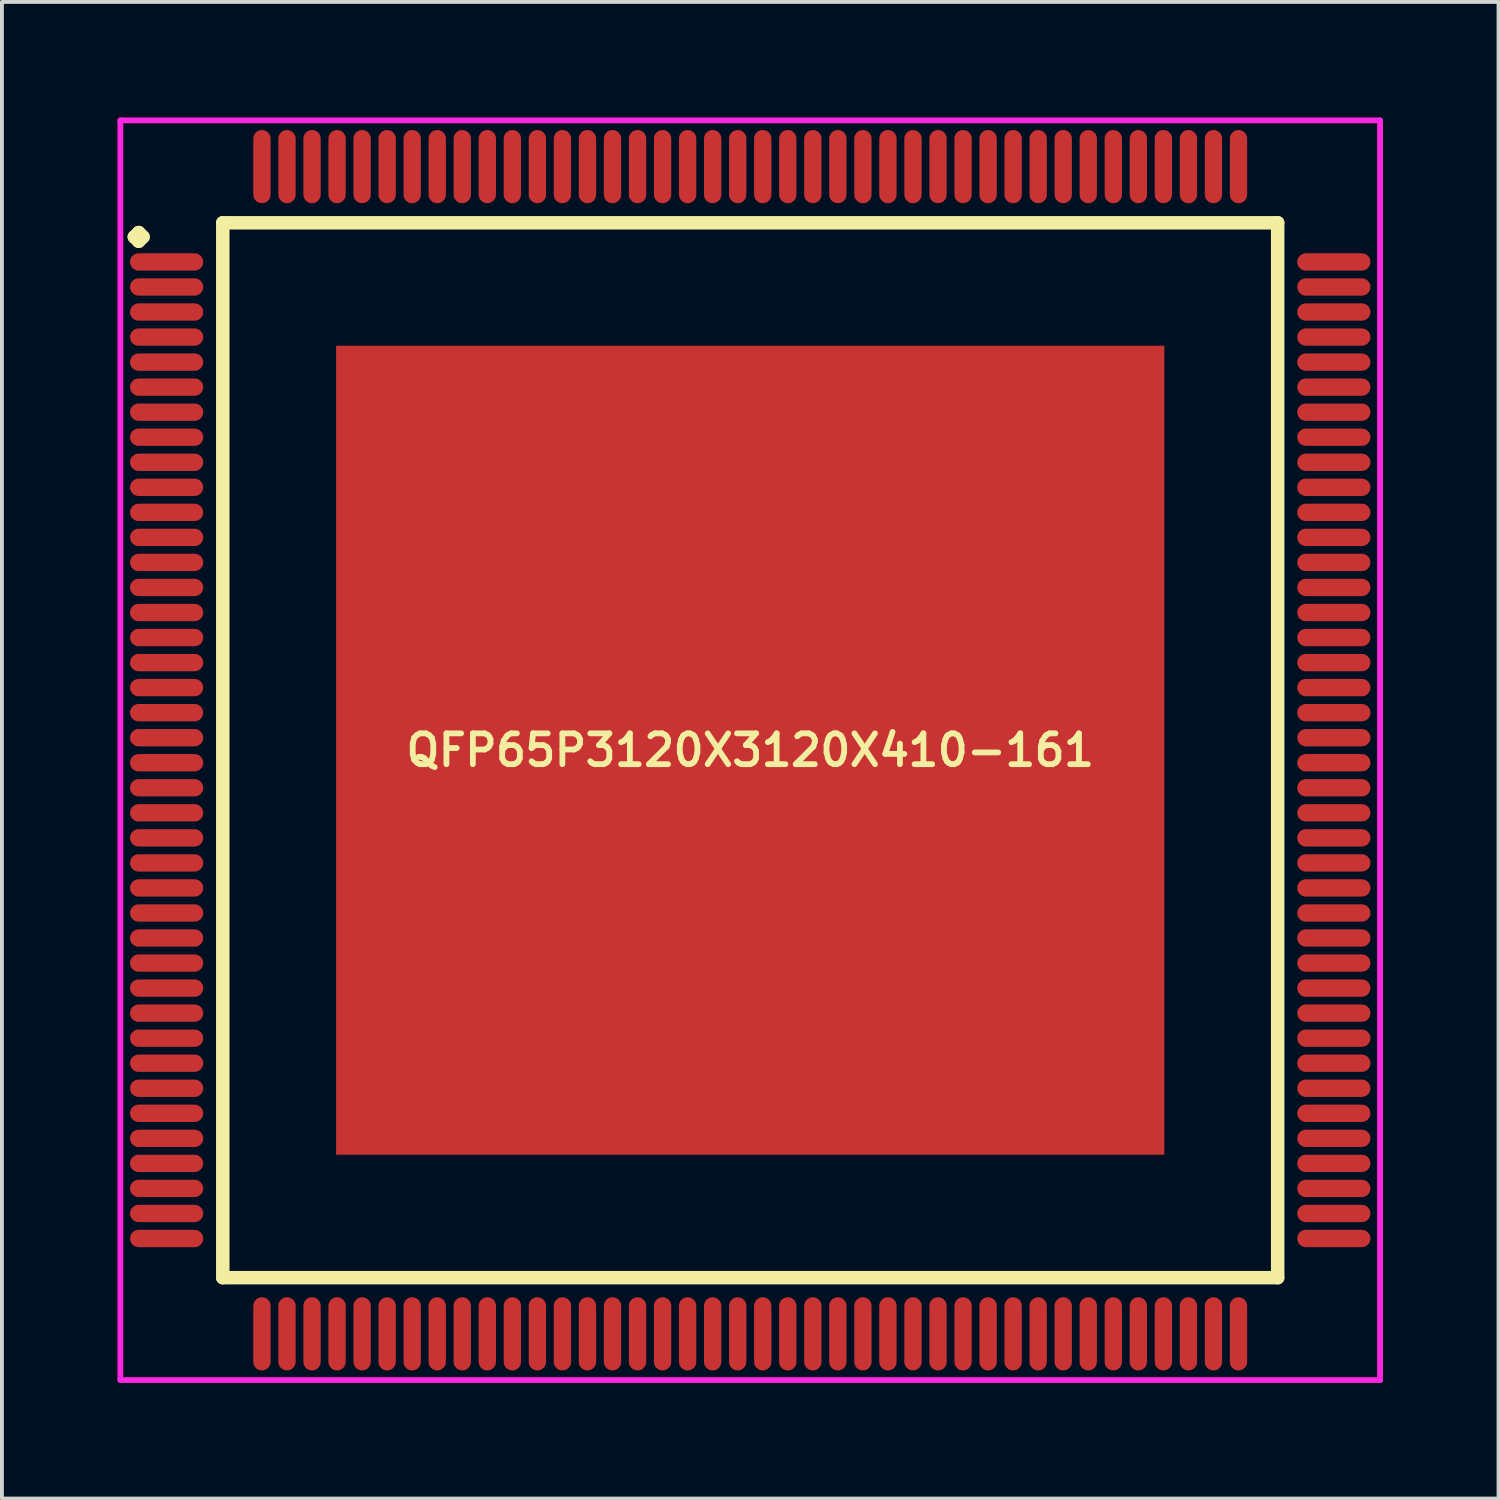
<source format=kicad_pcb>
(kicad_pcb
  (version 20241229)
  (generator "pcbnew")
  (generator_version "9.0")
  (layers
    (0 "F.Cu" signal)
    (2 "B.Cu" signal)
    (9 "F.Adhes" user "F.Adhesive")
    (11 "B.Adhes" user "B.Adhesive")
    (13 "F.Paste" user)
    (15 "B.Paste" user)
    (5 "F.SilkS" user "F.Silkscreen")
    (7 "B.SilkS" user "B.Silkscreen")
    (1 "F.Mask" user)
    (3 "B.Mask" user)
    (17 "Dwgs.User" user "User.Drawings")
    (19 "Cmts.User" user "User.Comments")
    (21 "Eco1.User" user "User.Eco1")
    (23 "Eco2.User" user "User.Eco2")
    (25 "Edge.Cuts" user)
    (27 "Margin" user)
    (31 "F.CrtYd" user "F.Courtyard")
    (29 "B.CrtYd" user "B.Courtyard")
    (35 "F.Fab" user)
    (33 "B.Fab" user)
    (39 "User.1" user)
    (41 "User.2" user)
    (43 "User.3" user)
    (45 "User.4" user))
  (footprint "QFP65P3120X3120X410-161"
    (layer "F.Cu")
    (at 16.425 16.425)
    (property "Reference" "QFP65P3120X3120X410-161" (at 0 0 0) (layer "F.SilkS") (effects (font (size 0.8 0.8) (thickness 0.15))))
    (attr smd)
    (fp_line (start -15.988 -13.325) (end -15.875 -13.438) (stroke (width 0.35) (type solid)) (layer "F.SilkS"))
    (fp_line (start -15.875 -13.438) (end -15.762 -13.325) (stroke (width 0.35) (type solid)) (layer "F.SilkS"))
    (fp_line (start -15.875 -13.213) (end -15.988 -13.325) (stroke (width 0.35) (type solid)) (layer "F.SilkS"))
    (fp_line (start -15.762 -13.325) (end -15.875 -13.213) (stroke (width 0.35) (type solid)) (layer "F.SilkS"))
    (fp_line (start -13.692 -13.692) (end -13.692 13.692) (stroke (width 0.35) (type solid)) (layer "F.SilkS"))
    (fp_line (start -13.692 13.692) (end 13.692 13.692) (stroke (width 0.35) (type solid)) (layer "F.SilkS"))
    (fp_line (start 13.692 -13.692) (end -13.692 -13.692) (stroke (width 0.35) (type solid)) (layer "F.SilkS"))
    (fp_line (start 13.692 13.692) (end 13.692 -13.692) (stroke (width 0.35) (type solid)) (layer "F.SilkS"))
    (fp_line (start -16.35 -16.35) (end 16.35 -16.35) (stroke (width 0.15) (type solid)) (layer "F.CrtYd"))
    (fp_line (start -16.35 16.35) (end -16.35 -16.35) (stroke (width 0.15) (type solid)) (layer "F.CrtYd"))
    (fp_line (start 16.35 -16.35) (end 16.35 16.35) (stroke (width 0.15) (type solid)) (layer "F.CrtYd"))
    (fp_line (start 16.35 16.35) (end -16.35 16.35) (stroke (width 0.15) (type solid)) (layer "F.CrtYd"))
    (pad "1" smd oval (at -15.15 -12.675) (size 1.9 0.45) (layers "F.Cu" "F.Mask" "F.Paste"))
    (pad "2" smd oval (at -15.15 -12.025) (size 1.9 0.45) (layers "F.Cu" "F.Mask" "F.Paste"))
    (pad "3" smd oval (at -15.15 -11.375) (size 1.9 0.45) (layers "F.Cu" "F.Mask" "F.Paste"))
    (pad "4" smd oval (at -15.15 -10.725) (size 1.9 0.45) (layers "F.Cu" "F.Mask" "F.Paste"))
    (pad "5" smd oval (at -15.15 -10.075) (size 1.9 0.45) (layers "F.Cu" "F.Mask" "F.Paste"))
    (pad "6" smd oval (at -15.15 -9.425) (size 1.9 0.45) (layers "F.Cu" "F.Mask" "F.Paste"))
    (pad "7" smd oval (at -15.15 -8.775) (size 1.9 0.45) (layers "F.Cu" "F.Mask" "F.Paste"))
    (pad "8" smd oval (at -15.15 -8.125) (size 1.9 0.45) (layers "F.Cu" "F.Mask" "F.Paste"))
    (pad "9" smd oval (at -15.15 -7.475) (size 1.9 0.45) (layers "F.Cu" "F.Mask" "F.Paste"))
    (pad "10" smd oval (at -15.15 -6.825) (size 1.9 0.45) (layers "F.Cu" "F.Mask" "F.Paste"))
    (pad "11" smd oval (at -15.15 -6.175) (size 1.9 0.45) (layers "F.Cu" "F.Mask" "F.Paste"))
    (pad "12" smd oval (at -15.15 -5.525) (size 1.9 0.45) (layers "F.Cu" "F.Mask" "F.Paste"))
    (pad "13" smd oval (at -15.15 -4.875) (size 1.9 0.45) (layers "F.Cu" "F.Mask" "F.Paste"))
    (pad "14" smd oval (at -15.15 -4.225) (size 1.9 0.45) (layers "F.Cu" "F.Mask" "F.Paste"))
    (pad "15" smd oval (at -15.15 -3.575) (size 1.9 0.45) (layers "F.Cu" "F.Mask" "F.Paste"))
    (pad "16" smd oval (at -15.15 -2.925) (size 1.9 0.45) (layers "F.Cu" "F.Mask" "F.Paste"))
    (pad "17" smd oval (at -15.15 -2.275) (size 1.9 0.45) (layers "F.Cu" "F.Mask" "F.Paste"))
    (pad "18" smd oval (at -15.15 -1.625) (size 1.9 0.45) (layers "F.Cu" "F.Mask" "F.Paste"))
    (pad "19" smd oval (at -15.15 -0.975) (size 1.9 0.45) (layers "F.Cu" "F.Mask" "F.Paste"))
    (pad "20" smd oval (at -15.15 -0.325) (size 1.9 0.45) (layers "F.Cu" "F.Mask" "F.Paste"))
    (pad "21" smd oval (at -15.15 0.325) (size 1.9 0.45) (layers "F.Cu" "F.Mask" "F.Paste"))
    (pad "22" smd oval (at -15.15 0.975) (size 1.9 0.45) (layers "F.Cu" "F.Mask" "F.Paste"))
    (pad "23" smd oval (at -15.15 1.625) (size 1.9 0.45) (layers "F.Cu" "F.Mask" "F.Paste"))
    (pad "24" smd oval (at -15.15 2.275) (size 1.9 0.45) (layers "F.Cu" "F.Mask" "F.Paste"))
    (pad "25" smd oval (at -15.15 2.925) (size 1.9 0.45) (layers "F.Cu" "F.Mask" "F.Paste"))
    (pad "26" smd oval (at -15.15 3.575) (size 1.9 0.45) (layers "F.Cu" "F.Mask" "F.Paste"))
    (pad "27" smd oval (at -15.15 4.225) (size 1.9 0.45) (layers "F.Cu" "F.Mask" "F.Paste"))
    (pad "28" smd oval (at -15.15 4.875) (size 1.9 0.45) (layers "F.Cu" "F.Mask" "F.Paste"))
    (pad "29" smd oval (at -15.15 5.525) (size 1.9 0.45) (layers "F.Cu" "F.Mask" "F.Paste"))
    (pad "30" smd oval (at -15.15 6.175) (size 1.9 0.45) (layers "F.Cu" "F.Mask" "F.Paste"))
    (pad "31" smd oval (at -15.15 6.825) (size 1.9 0.45) (layers "F.Cu" "F.Mask" "F.Paste"))
    (pad "32" smd oval (at -15.15 7.475) (size 1.9 0.45) (layers "F.Cu" "F.Mask" "F.Paste"))
    (pad "33" smd oval (at -15.15 8.125) (size 1.9 0.45) (layers "F.Cu" "F.Mask" "F.Paste"))
    (pad "34" smd oval (at -15.15 8.775) (size 1.9 0.45) (layers "F.Cu" "F.Mask" "F.Paste"))
    (pad "35" smd oval (at -15.15 9.425) (size 1.9 0.45) (layers "F.Cu" "F.Mask" "F.Paste"))
    (pad "36" smd oval (at -15.15 10.075) (size 1.9 0.45) (layers "F.Cu" "F.Mask" "F.Paste"))
    (pad "37" smd oval (at -15.15 10.725) (size 1.9 0.45) (layers "F.Cu" "F.Mask" "F.Paste"))
    (pad "38" smd oval (at -15.15 11.375) (size 1.9 0.45) (layers "F.Cu" "F.Mask" "F.Paste"))
    (pad "39" smd oval (at -15.15 12.025) (size 1.9 0.45) (layers "F.Cu" "F.Mask" "F.Paste"))
    (pad "40" smd oval (at -15.15 12.675) (size 1.9 0.45) (layers "F.Cu" "F.Mask" "F.Paste"))
    (pad "41" smd oval (at -12.675 15.15) (size 0.45 1.9) (layers "F.Cu" "F.Mask" "F.Paste"))
    (pad "42" smd oval (at -12.025 15.15) (size 0.45 1.9) (layers "F.Cu" "F.Mask" "F.Paste"))
    (pad "43" smd oval (at -11.375 15.15) (size 0.45 1.9) (layers "F.Cu" "F.Mask" "F.Paste"))
    (pad "44" smd oval (at -10.725 15.15) (size 0.45 1.9) (layers "F.Cu" "F.Mask" "F.Paste"))
    (pad "45" smd oval (at -10.075 15.15) (size 0.45 1.9) (layers "F.Cu" "F.Mask" "F.Paste"))
    (pad "46" smd oval (at -9.425 15.15) (size 0.45 1.9) (layers "F.Cu" "F.Mask" "F.Paste"))
    (pad "47" smd oval (at -8.775 15.15) (size 0.45 1.9) (layers "F.Cu" "F.Mask" "F.Paste"))
    (pad "48" smd oval (at -8.125 15.15) (size 0.45 1.9) (layers "F.Cu" "F.Mask" "F.Paste"))
    (pad "49" smd oval (at -7.475 15.15) (size 0.45 1.9) (layers "F.Cu" "F.Mask" "F.Paste"))
    (pad "50" smd oval (at -6.825 15.15) (size 0.45 1.9) (layers "F.Cu" "F.Mask" "F.Paste"))
    (pad "51" smd oval (at -6.175 15.15) (size 0.45 1.9) (layers "F.Cu" "F.Mask" "F.Paste"))
    (pad "52" smd oval (at -5.525 15.15) (size 0.45 1.9) (layers "F.Cu" "F.Mask" "F.Paste"))
    (pad "53" smd oval (at -4.875 15.15) (size 0.45 1.9) (layers "F.Cu" "F.Mask" "F.Paste"))
    (pad "54" smd oval (at -4.225 15.15) (size 0.45 1.9) (layers "F.Cu" "F.Mask" "F.Paste"))
    (pad "55" smd oval (at -3.575 15.15) (size 0.45 1.9) (layers "F.Cu" "F.Mask" "F.Paste"))
    (pad "56" smd oval (at -2.925 15.15) (size 0.45 1.9) (layers "F.Cu" "F.Mask" "F.Paste"))
    (pad "57" smd oval (at -2.275 15.15) (size 0.45 1.9) (layers "F.Cu" "F.Mask" "F.Paste"))
    (pad "58" smd oval (at -1.625 15.15) (size 0.45 1.9) (layers "F.Cu" "F.Mask" "F.Paste"))
    (pad "59" smd oval (at -0.975 15.15) (size 0.45 1.9) (layers "F.Cu" "F.Mask" "F.Paste"))
    (pad "60" smd oval (at -0.325 15.15) (size 0.45 1.9) (layers "F.Cu" "F.Mask" "F.Paste"))
    (pad "61" smd oval (at 0.325 15.15) (size 0.45 1.9) (layers "F.Cu" "F.Mask" "F.Paste"))
    (pad "62" smd oval (at 0.975 15.15) (size 0.45 1.9) (layers "F.Cu" "F.Mask" "F.Paste"))
    (pad "63" smd oval (at 1.625 15.15) (size 0.45 1.9) (layers "F.Cu" "F.Mask" "F.Paste"))
    (pad "64" smd oval (at 2.275 15.15) (size 0.45 1.9) (layers "F.Cu" "F.Mask" "F.Paste"))
    (pad "65" smd oval (at 2.925 15.15) (size 0.45 1.9) (layers "F.Cu" "F.Mask" "F.Paste"))
    (pad "66" smd oval (at 3.575 15.15) (size 0.45 1.9) (layers "F.Cu" "F.Mask" "F.Paste"))
    (pad "67" smd oval (at 4.225 15.15) (size 0.45 1.9) (layers "F.Cu" "F.Mask" "F.Paste"))
    (pad "68" smd oval (at 4.875 15.15) (size 0.45 1.9) (layers "F.Cu" "F.Mask" "F.Paste"))
    (pad "69" smd oval (at 5.525 15.15) (size 0.45 1.9) (layers "F.Cu" "F.Mask" "F.Paste"))
    (pad "70" smd oval (at 6.175 15.15) (size 0.45 1.9) (layers "F.Cu" "F.Mask" "F.Paste"))
    (pad "71" smd oval (at 6.825 15.15) (size 0.45 1.9) (layers "F.Cu" "F.Mask" "F.Paste"))
    (pad "72" smd oval (at 7.475 15.15) (size 0.45 1.9) (layers "F.Cu" "F.Mask" "F.Paste"))
    (pad "73" smd oval (at 8.125 15.15) (size 0.45 1.9) (layers "F.Cu" "F.Mask" "F.Paste"))
    (pad "74" smd oval (at 8.775 15.15) (size 0.45 1.9) (layers "F.Cu" "F.Mask" "F.Paste"))
    (pad "75" smd oval (at 9.425 15.15) (size 0.45 1.9) (layers "F.Cu" "F.Mask" "F.Paste"))
    (pad "76" smd oval (at 10.075 15.15) (size 0.45 1.9) (layers "F.Cu" "F.Mask" "F.Paste"))
    (pad "77" smd oval (at 10.725 15.15) (size 0.45 1.9) (layers "F.Cu" "F.Mask" "F.Paste"))
    (pad "78" smd oval (at 11.375 15.15) (size 0.45 1.9) (layers "F.Cu" "F.Mask" "F.Paste"))
    (pad "79" smd oval (at 12.025 15.15) (size 0.45 1.9) (layers "F.Cu" "F.Mask" "F.Paste"))
    (pad "80" smd oval (at 12.675 15.15) (size 0.45 1.9) (layers "F.Cu" "F.Mask" "F.Paste"))
    (pad "81" smd oval (at 15.15 12.675) (size 1.9 0.45) (layers "F.Cu" "F.Mask" "F.Paste"))
    (pad "82" smd oval (at 15.15 12.025) (size 1.9 0.45) (layers "F.Cu" "F.Mask" "F.Paste"))
    (pad "83" smd oval (at 15.15 11.375) (size 1.9 0.45) (layers "F.Cu" "F.Mask" "F.Paste"))
    (pad "84" smd oval (at 15.15 10.725) (size 1.9 0.45) (layers "F.Cu" "F.Mask" "F.Paste"))
    (pad "85" smd oval (at 15.15 10.075) (size 1.9 0.45) (layers "F.Cu" "F.Mask" "F.Paste"))
    (pad "86" smd oval (at 15.15 9.425) (size 1.9 0.45) (layers "F.Cu" "F.Mask" "F.Paste"))
    (pad "87" smd oval (at 15.15 8.775) (size 1.9 0.45) (layers "F.Cu" "F.Mask" "F.Paste"))
    (pad "88" smd oval (at 15.15 8.125) (size 1.9 0.45) (layers "F.Cu" "F.Mask" "F.Paste"))
    (pad "89" smd oval (at 15.15 7.475) (size 1.9 0.45) (layers "F.Cu" "F.Mask" "F.Paste"))
    (pad "90" smd oval (at 15.15 6.825) (size 1.9 0.45) (layers "F.Cu" "F.Mask" "F.Paste"))
    (pad "91" smd oval (at 15.15 6.175) (size 1.9 0.45) (layers "F.Cu" "F.Mask" "F.Paste"))
    (pad "92" smd oval (at 15.15 5.525) (size 1.9 0.45) (layers "F.Cu" "F.Mask" "F.Paste"))
    (pad "93" smd oval (at 15.15 4.875) (size 1.9 0.45) (layers "F.Cu" "F.Mask" "F.Paste"))
    (pad "94" smd oval (at 15.15 4.225) (size 1.9 0.45) (layers "F.Cu" "F.Mask" "F.Paste"))
    (pad "95" smd oval (at 15.15 3.575) (size 1.9 0.45) (layers "F.Cu" "F.Mask" "F.Paste"))
    (pad "96" smd oval (at 15.15 2.925) (size 1.9 0.45) (layers "F.Cu" "F.Mask" "F.Paste"))
    (pad "97" smd oval (at 15.15 2.275) (size 1.9 0.45) (layers "F.Cu" "F.Mask" "F.Paste"))
    (pad "98" smd oval (at 15.15 1.625) (size 1.9 0.45) (layers "F.Cu" "F.Mask" "F.Paste"))
    (pad "99" smd oval (at 15.15 0.975) (size 1.9 0.45) (layers "F.Cu" "F.Mask" "F.Paste"))
    (pad "100" smd oval (at 15.15 0.325) (size 1.9 0.45) (layers "F.Cu" "F.Mask" "F.Paste"))
    (pad "101" smd oval (at 15.15 -0.325) (size 1.9 0.45) (layers "F.Cu" "F.Mask" "F.Paste"))
    (pad "102" smd oval (at 15.15 -0.975) (size 1.9 0.45) (layers "F.Cu" "F.Mask" "F.Paste"))
    (pad "103" smd oval (at 15.15 -1.625) (size 1.9 0.45) (layers "F.Cu" "F.Mask" "F.Paste"))
    (pad "104" smd oval (at 15.15 -2.275) (size 1.9 0.45) (layers "F.Cu" "F.Mask" "F.Paste"))
    (pad "105" smd oval (at 15.15 -2.925) (size 1.9 0.45) (layers "F.Cu" "F.Mask" "F.Paste"))
    (pad "106" smd oval (at 15.15 -3.575) (size 1.9 0.45) (layers "F.Cu" "F.Mask" "F.Paste"))
    (pad "107" smd oval (at 15.15 -4.225) (size 1.9 0.45) (layers "F.Cu" "F.Mask" "F.Paste"))
    (pad "108" smd oval (at 15.15 -4.875) (size 1.9 0.45) (layers "F.Cu" "F.Mask" "F.Paste"))
    (pad "109" smd oval (at 15.15 -5.525) (size 1.9 0.45) (layers "F.Cu" "F.Mask" "F.Paste"))
    (pad "110" smd oval (at 15.15 -6.175) (size 1.9 0.45) (layers "F.Cu" "F.Mask" "F.Paste"))
    (pad "111" smd oval (at 15.15 -6.825) (size 1.9 0.45) (layers "F.Cu" "F.Mask" "F.Paste"))
    (pad "112" smd oval (at 15.15 -7.475) (size 1.9 0.45) (layers "F.Cu" "F.Mask" "F.Paste"))
    (pad "113" smd oval (at 15.15 -8.125) (size 1.9 0.45) (layers "F.Cu" "F.Mask" "F.Paste"))
    (pad "114" smd oval (at 15.15 -8.775) (size 1.9 0.45) (layers "F.Cu" "F.Mask" "F.Paste"))
    (pad "115" smd oval (at 15.15 -9.425) (size 1.9 0.45) (layers "F.Cu" "F.Mask" "F.Paste"))
    (pad "116" smd oval (at 15.15 -10.075) (size 1.9 0.45) (layers "F.Cu" "F.Mask" "F.Paste"))
    (pad "117" smd oval (at 15.15 -10.725) (size 1.9 0.45) (layers "F.Cu" "F.Mask" "F.Paste"))
    (pad "118" smd oval (at 15.15 -11.375) (size 1.9 0.45) (layers "F.Cu" "F.Mask" "F.Paste"))
    (pad "119" smd oval (at 15.15 -12.025) (size 1.9 0.45) (layers "F.Cu" "F.Mask" "F.Paste"))
    (pad "120" smd oval (at 15.15 -12.675) (size 1.9 0.45) (layers "F.Cu" "F.Mask" "F.Paste"))
    (pad "121" smd oval (at 12.675 -15.15) (size 0.45 1.9) (layers "F.Cu" "F.Mask" "F.Paste"))
    (pad "122" smd oval (at 12.025 -15.15) (size 0.45 1.9) (layers "F.Cu" "F.Mask" "F.Paste"))
    (pad "123" smd oval (at 11.375 -15.15) (size 0.45 1.9) (layers "F.Cu" "F.Mask" "F.Paste"))
    (pad "124" smd oval (at 10.725 -15.15) (size 0.45 1.9) (layers "F.Cu" "F.Mask" "F.Paste"))
    (pad "125" smd oval (at 10.075 -15.15) (size 0.45 1.9) (layers "F.Cu" "F.Mask" "F.Paste"))
    (pad "126" smd oval (at 9.425 -15.15) (size 0.45 1.9) (layers "F.Cu" "F.Mask" "F.Paste"))
    (pad "127" smd oval (at 8.775 -15.15) (size 0.45 1.9) (layers "F.Cu" "F.Mask" "F.Paste"))
    (pad "128" smd oval (at 8.125 -15.15) (size 0.45 1.9) (layers "F.Cu" "F.Mask" "F.Paste"))
    (pad "129" smd oval (at 7.475 -15.15) (size 0.45 1.9) (layers "F.Cu" "F.Mask" "F.Paste"))
    (pad "130" smd oval (at 6.825 -15.15) (size 0.45 1.9) (layers "F.Cu" "F.Mask" "F.Paste"))
    (pad "131" smd oval (at 6.175 -15.15) (size 0.45 1.9) (layers "F.Cu" "F.Mask" "F.Paste"))
    (pad "132" smd oval (at 5.525 -15.15) (size 0.45 1.9) (layers "F.Cu" "F.Mask" "F.Paste"))
    (pad "133" smd oval (at 4.875 -15.15) (size 0.45 1.9) (layers "F.Cu" "F.Mask" "F.Paste"))
    (pad "134" smd oval (at 4.225 -15.15) (size 0.45 1.9) (layers "F.Cu" "F.Mask" "F.Paste"))
    (pad "135" smd oval (at 3.575 -15.15) (size 0.45 1.9) (layers "F.Cu" "F.Mask" "F.Paste"))
    (pad "136" smd oval (at 2.925 -15.15) (size 0.45 1.9) (layers "F.Cu" "F.Mask" "F.Paste"))
    (pad "137" smd oval (at 2.275 -15.15) (size 0.45 1.9) (layers "F.Cu" "F.Mask" "F.Paste"))
    (pad "138" smd oval (at 1.625 -15.15) (size 0.45 1.9) (layers "F.Cu" "F.Mask" "F.Paste"))
    (pad "139" smd oval (at 0.975 -15.15) (size 0.45 1.9) (layers "F.Cu" "F.Mask" "F.Paste"))
    (pad "140" smd oval (at 0.325 -15.15) (size 0.45 1.9) (layers "F.Cu" "F.Mask" "F.Paste"))
    (pad "141" smd oval (at -0.325 -15.15) (size 0.45 1.9) (layers "F.Cu" "F.Mask" "F.Paste"))
    (pad "142" smd oval (at -0.975 -15.15) (size 0.45 1.9) (layers "F.Cu" "F.Mask" "F.Paste"))
    (pad "143" smd oval (at -1.625 -15.15) (size 0.45 1.9) (layers "F.Cu" "F.Mask" "F.Paste"))
    (pad "144" smd oval (at -2.275 -15.15) (size 0.45 1.9) (layers "F.Cu" "F.Mask" "F.Paste"))
    (pad "145" smd oval (at -2.925 -15.15) (size 0.45 1.9) (layers "F.Cu" "F.Mask" "F.Paste"))
    (pad "146" smd oval (at -3.575 -15.15) (size 0.45 1.9) (layers "F.Cu" "F.Mask" "F.Paste"))
    (pad "147" smd oval (at -4.225 -15.15) (size 0.45 1.9) (layers "F.Cu" "F.Mask" "F.Paste"))
    (pad "148" smd oval (at -4.875 -15.15) (size 0.45 1.9) (layers "F.Cu" "F.Mask" "F.Paste"))
    (pad "149" smd oval (at -5.525 -15.15) (size 0.45 1.9) (layers "F.Cu" "F.Mask" "F.Paste"))
    (pad "150" smd oval (at -6.175 -15.15) (size 0.45 1.9) (layers "F.Cu" "F.Mask" "F.Paste"))
    (pad "151" smd oval (at -6.825 -15.15) (size 0.45 1.9) (layers "F.Cu" "F.Mask" "F.Paste"))
    (pad "152" smd oval (at -7.475 -15.15) (size 0.45 1.9) (layers "F.Cu" "F.Mask" "F.Paste"))
    (pad "153" smd oval (at -8.125 -15.15) (size 0.45 1.9) (layers "F.Cu" "F.Mask" "F.Paste"))
    (pad "154" smd oval (at -8.775 -15.15) (size 0.45 1.9) (layers "F.Cu" "F.Mask" "F.Paste"))
    (pad "155" smd oval (at -9.425 -15.15) (size 0.45 1.9) (layers "F.Cu" "F.Mask" "F.Paste"))
    (pad "156" smd oval (at -10.075 -15.15) (size 0.45 1.9) (layers "F.Cu" "F.Mask" "F.Paste"))
    (pad "157" smd oval (at -10.725 -15.15) (size 0.45 1.9) (layers "F.Cu" "F.Mask" "F.Paste"))
    (pad "158" smd oval (at -11.375 -15.15) (size 0.45 1.9) (layers "F.Cu" "F.Mask" "F.Paste"))
    (pad "159" smd oval (at -12.025 -15.15) (size 0.45 1.9) (layers "F.Cu" "F.Mask" "F.Paste"))
    (pad "160" smd oval (at -12.675 -15.15) (size 0.45 1.9) (layers "F.Cu" "F.Mask" "F.Paste"))
    (pad "161" smd rect (at 0 0) (size 21.5 21) (layers "F.Cu" "F.Mask" "F.Paste")))
  (gr_rect
    (start -3 -3)
    (end 35.85 35.85)
    (stroke (width 0.1) (type default))
    (fill no)
    (layer "Edge.Cuts")))
</source>
